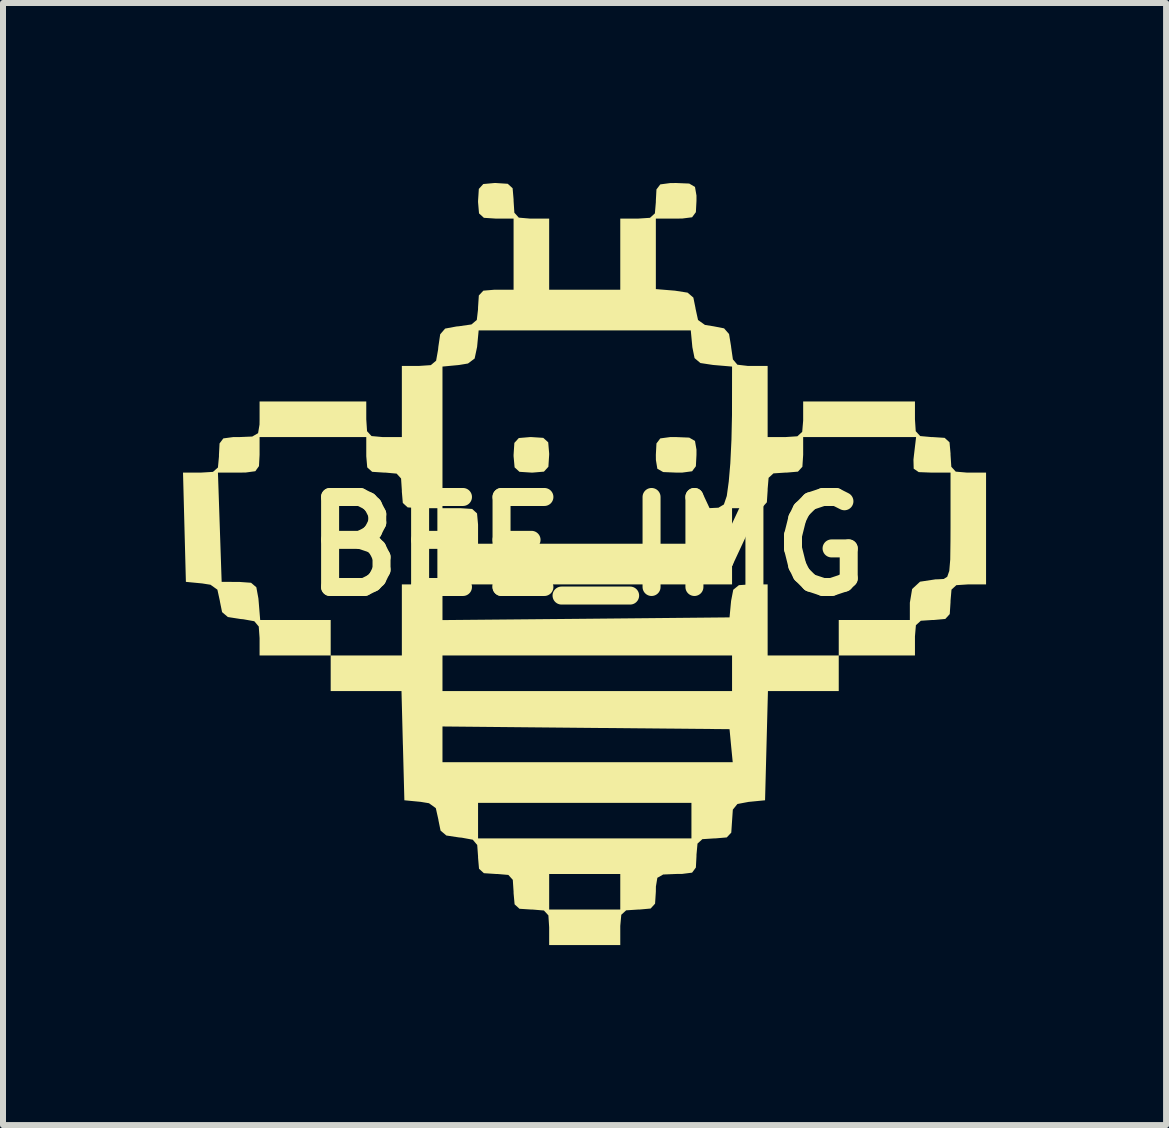
<source format=kicad_pcb>
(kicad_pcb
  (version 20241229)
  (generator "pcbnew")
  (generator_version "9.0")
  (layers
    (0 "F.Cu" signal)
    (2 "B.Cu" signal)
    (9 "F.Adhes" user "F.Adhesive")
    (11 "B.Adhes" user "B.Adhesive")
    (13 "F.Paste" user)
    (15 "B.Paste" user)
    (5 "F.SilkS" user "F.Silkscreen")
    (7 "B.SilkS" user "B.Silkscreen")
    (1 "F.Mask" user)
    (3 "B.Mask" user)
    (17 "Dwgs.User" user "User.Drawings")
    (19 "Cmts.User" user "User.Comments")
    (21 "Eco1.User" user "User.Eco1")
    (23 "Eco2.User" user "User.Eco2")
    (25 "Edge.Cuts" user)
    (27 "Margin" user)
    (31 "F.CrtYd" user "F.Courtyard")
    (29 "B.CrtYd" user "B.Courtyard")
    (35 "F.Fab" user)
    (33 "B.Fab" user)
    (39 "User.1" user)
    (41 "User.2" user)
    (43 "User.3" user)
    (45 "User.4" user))
  (footprint "BEE_IMG"
    (layer "F.Cu")
    (at 6.737 6.054)
    (property "Reference" "BEE_IMG" (at 0 0 0) (layer "F.SilkS") (effects (font (size 1.5 1.5) (thickness 0.3))))
    (attr board_only exclude_from_pos_files exclude_from_bom)
    (fp_poly (pts (xy -0.733 -1.807) (xy -0.651 -1.733) (xy -0.635 -1.547) (xy -0.635 -1.524) (xy -0.648 -1.325) (xy -0.722 -1.244) (xy -0.909 -1.228) (xy -0.931 -1.228) (xy -1.13 -1.241) (xy -1.211 -1.315) (xy -1.228 -1.501) (xy -1.228 -1.524) (xy -1.215 -1.723) (xy -1.141 -1.804) (xy -0.954 -1.82) (xy -0.931 -1.82)) (stroke (width 0) (type solid)) (fill yes) (layer "F.SilkS"))
    (fp_poly (pts (xy 1.699 -1.811) (xy 1.795 -1.756) (xy 1.82 -1.611) (xy 1.82 -1.524) (xy 1.81 -1.334) (xy 1.747 -1.25) (xy 1.582 -1.228) (xy 1.482 -1.228) (xy 1.265 -1.237) (xy 1.168 -1.292) (xy 1.144 -1.437) (xy 1.143 -1.524) (xy 1.153 -1.714) (xy 1.217 -1.798) (xy 1.382 -1.82) (xy 1.482 -1.82)) (stroke (width 0) (type solid)) (fill yes) (layer "F.SilkS"))
    (fp_poly (pts (xy 1.699 -6.045) (xy 1.795 -5.989) (xy 1.82 -5.845) (xy 1.82 -5.757) (xy 1.81 -5.568) (xy 1.747 -5.483) (xy 1.582 -5.462) (xy 1.482 -5.461) (xy 1.143 -5.461) (xy 1.143 -4.873) (xy 1.143 -4.286) (xy 1.46 -4.26) (xy 1.672 -4.227) (xy 1.768 -4.145) (xy 1.804 -3.968) (xy 1.804 -3.963) (xy 1.846 -3.771) (xy 1.961 -3.689) (xy 2.1 -3.667) (xy 2.28 -3.632) (xy 2.363 -3.537) (xy 2.397 -3.329) (xy 2.397 -3.323) (xy 2.427 -3.115) (xy 2.502 -3.026) (xy 2.673 -3.006) (xy 2.714 -3.006) (xy 3.006 -3.006) (xy 3.006 -2.413) (xy 3.006 -1.82) (xy 3.302 -1.82) (xy 3.501 -1.833) (xy 3.582 -1.907) (xy 3.598 -2.094) (xy 3.598 -2.117) (xy 3.598 -2.413) (xy 4.53 -2.413) (xy 5.461 -2.413) (xy 5.461 -2.117) (xy 5.474 -1.918) (xy 5.548 -1.837) (xy 5.735 -1.82) (xy 5.757 -1.82) (xy 5.956 -1.807) (xy 6.037 -1.733) (xy 6.054 -1.547) (xy 6.054 -1.524) (xy 6.067 -1.325) (xy 6.141 -1.244) (xy 6.327 -1.228) (xy 6.35 -1.228) (xy 6.646 -1.228) (xy 6.646 -0.296) (xy 6.646 0.635) (xy 6.35 0.635) (xy 6.151 0.648) (xy 6.07 0.722) (xy 6.054 0.909) (xy 6.054 0.931) (xy 6.041 1.13) (xy 5.967 1.211) (xy 5.78 1.228) (xy 5.757 1.228) (xy 5.559 1.241) (xy 5.477 1.315) (xy 5.461 1.501) (xy 5.461 1.524) (xy 5.461 1.82) (xy 4.826 1.82) (xy 4.191 1.82) (xy 4.191 2.117) (xy 4.191 2.413) (xy 3.601 2.413) (xy 3.011 2.413) (xy 2.987 3.323) (xy 2.963 4.233) (xy 2.688 4.26) (xy 2.502 4.295) (xy 2.426 4.389) (xy 2.413 4.577) (xy 2.4 4.772) (xy 2.325 4.852) (xy 2.136 4.868) (xy 2.117 4.868) (xy 1.918 4.881) (xy 1.837 4.955) (xy 1.82 5.142) (xy 1.82 5.165) (xy 1.81 5.354) (xy 1.747 5.439) (xy 1.582 5.46) (xy 1.482 5.461) (xy 1.265 5.47) (xy 1.168 5.525) (xy 1.144 5.67) (xy 1.143 5.757) (xy 1.13 5.956) (xy 1.056 6.037) (xy 0.869 6.054) (xy 0.847 6.054) (xy 0.648 6.067) (xy 0.567 6.141) (xy 0.55 6.327) (xy 0.55 6.35) (xy 0.55 6.646) (xy -0.042 6.646) (xy -0.635 6.646) (xy -0.635 6.35) (xy -0.648 6.151) (xy -0.722 6.07) (xy -0.909 6.054) (xy -0.931 6.054) (xy -1.13 6.041) (xy -1.211 5.967) (xy -1.228 5.78) (xy -1.228 5.757) (xy -0.635 5.757) (xy -0.635 6.054) (xy -0.042 6.054) (xy 0.55 6.054) (xy 0.55 5.757) (xy 0.55 5.461) (xy -0.042 5.461) (xy -0.635 5.461) (xy -0.635 5.757) (xy -1.228 5.757) (xy -1.241 5.559) (xy -1.315 5.477) (xy -1.501 5.461) (xy -1.524 5.461) (xy -1.723 5.448) (xy -1.804 5.374) (xy -1.82 5.189) (xy -1.82 5.17) (xy -1.834 4.978) (xy -1.908 4.89) (xy -2.093 4.856) (xy -2.138 4.852) (xy -2.349 4.82) (xy -2.445 4.738) (xy -2.479 4.572) (xy -1.82 4.572) (xy -1.82 4.868) (xy -0.042 4.868) (xy 1.736 4.868) (xy 1.736 4.572) (xy 1.736 4.276) (xy -0.042 4.276) (xy -1.82 4.276) (xy -1.82 4.572) (xy -2.479 4.572) (xy -2.481 4.56) (xy -2.481 4.556) (xy -2.524 4.364) (xy -2.638 4.282) (xy -2.778 4.259) (xy -3.048 4.233) (xy -3.072 3.323) (xy -3.073 3.301) (xy -2.413 3.301) (xy -2.413 3.598) (xy 0.005 3.598) (xy 2.424 3.598) (xy 2.397 3.323) (xy 2.371 3.048) (xy -0.021 3.026) (xy -2.413 3.003) (xy -2.413 3.301) (xy -3.073 3.301) (xy -3.096 2.413) (xy -3.686 2.413) (xy -4.276 2.413) (xy -4.276 2.117) (xy -2.413 2.117) (xy -2.413 2.413) (xy 0 2.413) (xy 2.413 2.413) (xy 2.413 2.117) (xy 2.413 1.82) (xy 0 1.82) (xy -2.413 1.82) (xy -2.413 2.117) (xy -4.276 2.117) (xy -4.276 1.82) (xy -4.868 1.82) (xy -5.461 1.82) (xy -5.461 1.529) (xy -5.475 1.337) (xy -5.549 1.249) (xy -5.733 1.216) (xy -5.779 1.212) (xy -5.99 1.179) (xy -6.086 1.097) (xy -6.122 0.92) (xy -6.122 0.915) (xy -6.164 0.723) (xy -6.279 0.641) (xy -6.418 0.619) (xy -6.689 0.593) (xy -6.713 -0.318) (xy -6.737 -1.228) (xy -6.438 -1.228) (xy -6.155 -1.228) (xy -6.124 -0.318) (xy -6.093 0.593) (xy -5.798 0.594) (xy -5.603 0.608) (xy -5.515 0.683) (xy -5.481 0.867) (xy -5.477 0.911) (xy -5.451 1.228) (xy -4.863 1.228) (xy -4.276 1.228) (xy -4.276 1.524) (xy -4.276 1.82) (xy -3.683 1.82) (xy -3.09 1.82) (xy -3.09 1.23) (xy -2.413 1.23) (xy -0.021 1.208) (xy 2.371 1.185) (xy 2.397 0.91) (xy 2.433 0.724) (xy 2.527 0.648) (xy 2.715 0.635) (xy 3.006 0.635) (xy 3.006 1.228) (xy 3.006 1.82) (xy 3.598 1.82) (xy 4.191 1.82) (xy 4.191 1.524) (xy 4.191 1.228) (xy 4.784 1.228) (xy 5.376 1.228) (xy 5.376 0.94) (xy 5.414 0.712) (xy 5.546 0.59) (xy 5.804 0.551) (xy 5.849 0.55) (xy 5.94 0.545) (xy 5.999 0.508) (xy 6.033 0.41) (xy 6.049 0.221) (xy 6.053 -0.091) (xy 6.054 -0.339) (xy 6.054 -1.228) (xy 5.732 -1.228) (xy 5.524 -1.236) (xy 5.44 -1.293) (xy 5.436 -1.444) (xy 5.445 -1.524) (xy 5.48 -1.82) (xy 4.539 -1.82) (xy 3.598 -1.82) (xy 3.598 -1.524) (xy 3.585 -1.325) (xy 3.511 -1.244) (xy 3.325 -1.228) (xy 3.302 -1.228) (xy 3.103 -1.215) (xy 3.022 -1.141) (xy 3.006 -0.954) (xy 3.006 -0.931) (xy 2.993 -0.733) (xy 2.919 -0.651) (xy 2.732 -0.635) (xy 2.709 -0.635) (xy 2.413 -0.635) (xy 2.413 0) (xy 2.413 0.635) (xy 0 0.635) (xy -2.413 0.635) (xy -2.413 0.933) (xy -2.413 1.23) (xy -3.09 1.23) (xy -3.09 1.228) (xy -3.09 0.635) (xy -2.794 0.635) (xy -2.498 0.635) (xy -2.498 0) (xy -2.498 -0.635) (xy -2.794 -0.635) (xy -2.993 -0.648) (xy -3.074 -0.722) (xy -3.09 -0.909) (xy -3.09 -0.931) (xy -3.103 -1.13) (xy -3.177 -1.211) (xy -3.364 -1.228) (xy -3.387 -1.228) (xy -3.585 -1.241) (xy -3.667 -1.315) (xy -3.683 -1.501) (xy -3.683 -1.524) (xy -3.683 -1.82) (xy -4.572 -1.82) (xy -5.461 -1.82) (xy -5.461 -1.524) (xy -5.471 -1.336) (xy -5.532 -1.251) (xy -5.694 -1.229) (xy -5.808 -1.228) (xy -6.155 -1.228) (xy -6.438 -1.228) (xy -6.238 -1.24) (xy -6.155 -1.313) (xy -6.138 -1.496) (xy -6.138 -1.524) (xy -6.128 -1.714) (xy -6.065 -1.798) (xy -5.9 -1.82) (xy -5.8 -1.82) (xy -5.583 -1.829) (xy -5.486 -1.885) (xy -5.462 -2.029) (xy -5.461 -2.117) (xy -5.461 -2.413) (xy -4.572 -2.413) (xy -3.683 -2.413) (xy -3.683 -2.117) (xy -3.67 -1.918) (xy -3.596 -1.837) (xy -3.409 -1.82) (xy -3.387 -1.82) (xy -3.09 -1.82) (xy -3.09 -2.413) (xy -3.09 -2.995) (xy -2.413 -2.995) (xy -2.413 -1.815) (xy -2.413 -0.635) (xy -2.117 -0.635) (xy -1.918 -0.622) (xy -1.837 -0.548) (xy -1.82 -0.361) (xy -1.82 -0.339) (xy -1.82 -0.042) (xy -0.042 -0.042) (xy 1.736 -0.042) (xy 1.736 -0.339) (xy 1.749 -0.537) (xy 1.822 -0.619) (xy 2.005 -0.635) (xy 2.02 -0.635) (xy 2.186 -0.643) (xy 2.277 -0.697) (xy 2.325 -0.838) (xy 2.358 -1.079) (xy 2.384 -1.382) (xy 2.403 -1.776) (xy 2.412 -2.187) (xy 2.412 -2.26) (xy 2.413 -2.995) (xy 2.095 -3.022) (xy 1.885 -3.054) (xy 1.788 -3.136) (xy 1.752 -3.315) (xy 1.751 -3.323) (xy 1.725 -3.598) (xy -0.042 -3.598) (xy -1.81 -3.598) (xy -1.836 -3.323) (xy -1.877 -3.129) (xy -1.988 -3.046) (xy -2.138 -3.021) (xy -2.413 -2.995) (xy -3.09 -2.995) (xy -3.09 -3.006) (xy -2.799 -3.006) (xy -2.607 -3.019) (xy -2.519 -3.093) (xy -2.486 -3.278) (xy -2.482 -3.323) (xy -2.451 -3.533) (xy -2.369 -3.628) (xy -2.181 -3.663) (xy -2.138 -3.667) (xy -1.93 -3.697) (xy -1.841 -3.772) (xy -1.821 -3.943) (xy -1.82 -3.984) (xy -1.807 -4.18) (xy -1.732 -4.26) (xy -1.544 -4.276) (xy -1.524 -4.276) (xy -1.228 -4.276) (xy -1.228 -4.868) (xy -1.228 -5.461) (xy -1.524 -5.461) (xy -1.723 -5.474) (xy -1.804 -5.548) (xy -1.82 -5.735) (xy -1.82 -5.757) (xy -1.807 -5.956) (xy -1.733 -6.037) (xy -1.547 -6.054) (xy -1.524 -6.054) (xy -1.325 -6.041) (xy -1.244 -5.967) (xy -1.228 -5.78) (xy -1.228 -5.757) (xy -1.215 -5.559) (xy -1.141 -5.477) (xy -0.954 -5.461) (xy -0.931 -5.461) (xy -0.635 -5.461) (xy -0.635 -4.868) (xy -0.635 -4.276) (xy -0.042 -4.276) (xy 0.55 -4.276) (xy 0.55 -4.868) (xy 0.55 -5.461) (xy 0.847 -5.461) (xy 1.045 -5.474) (xy 1.127 -5.548) (xy 1.143 -5.735) (xy 1.143 -5.757) (xy 1.153 -5.947) (xy 1.217 -6.031) (xy 1.382 -6.053) (xy 1.482 -6.054)) (stroke (width 0) (type solid)) (fill yes) (layer "F.SilkS")))
  (gr_rect
    (start -3 -3)
    (end 16.383 15.7)
    (stroke (width 0.1) (type default))
    (fill no)
    (layer "Edge.Cuts")))
</source>
